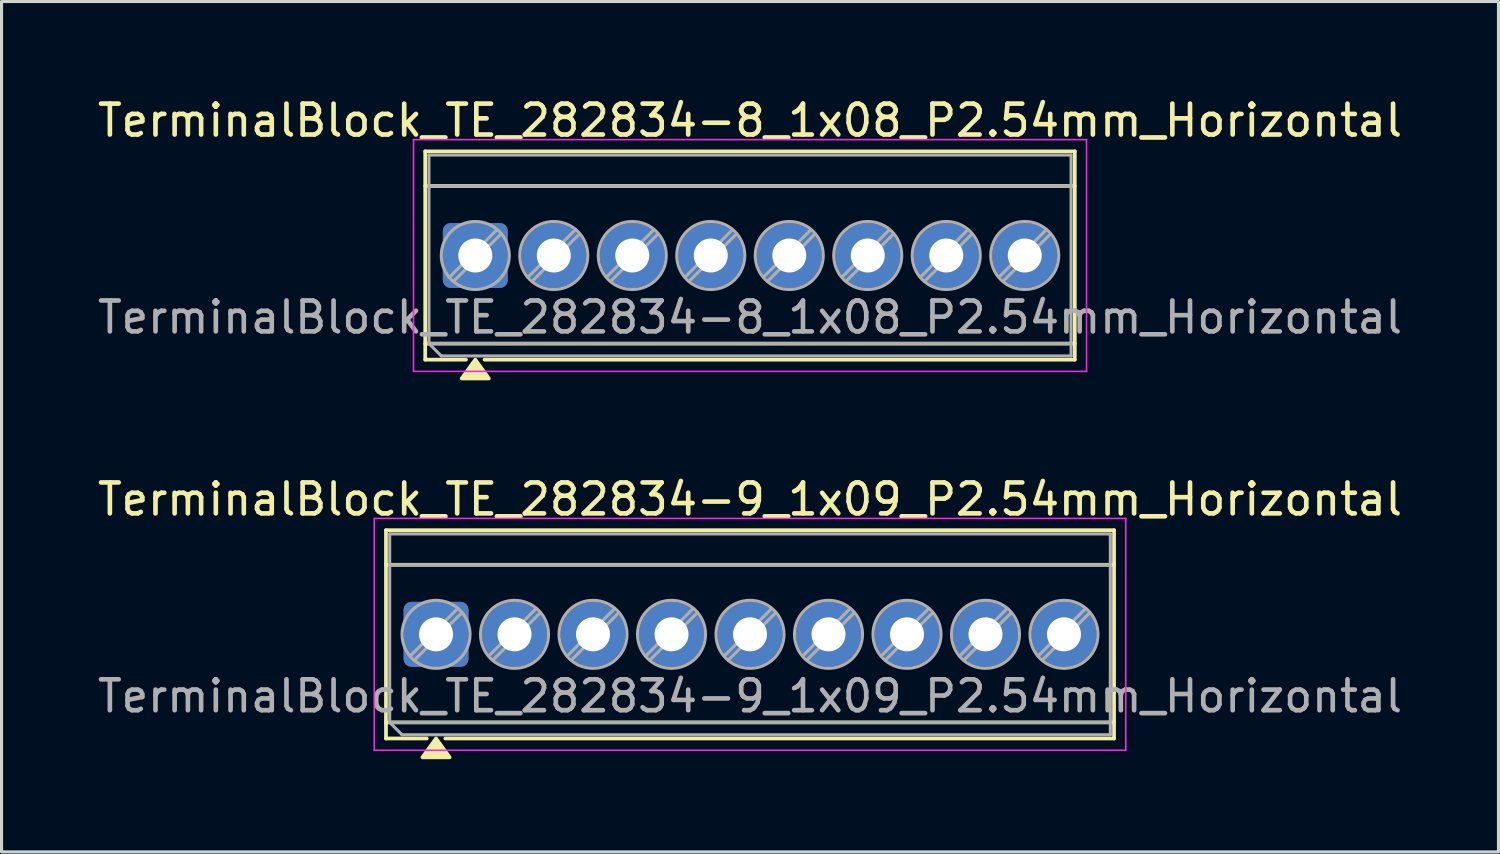
<source format=kicad_pcb>
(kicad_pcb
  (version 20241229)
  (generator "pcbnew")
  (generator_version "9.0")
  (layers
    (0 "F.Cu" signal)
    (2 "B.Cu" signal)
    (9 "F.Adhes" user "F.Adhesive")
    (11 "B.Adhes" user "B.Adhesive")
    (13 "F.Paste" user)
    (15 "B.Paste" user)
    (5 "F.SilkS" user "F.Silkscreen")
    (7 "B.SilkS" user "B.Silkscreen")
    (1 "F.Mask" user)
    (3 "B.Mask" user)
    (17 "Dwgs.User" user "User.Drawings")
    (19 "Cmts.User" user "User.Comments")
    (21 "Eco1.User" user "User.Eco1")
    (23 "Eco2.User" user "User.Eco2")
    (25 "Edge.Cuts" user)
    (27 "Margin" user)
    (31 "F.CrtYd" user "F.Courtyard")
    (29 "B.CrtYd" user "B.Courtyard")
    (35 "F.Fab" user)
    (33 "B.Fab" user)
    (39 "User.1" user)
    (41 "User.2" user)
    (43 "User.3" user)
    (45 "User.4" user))
  (footprint "TerminalBlock_TE_282834-9_1x09_P2.54mm_Horizontal"
    (layer "F.Cu")
    (at 11.06 17.477)
    (property "Reference" "TerminalBlock_TE_282834-9_1x09_P2.54mm_Horizontal" (at 10.16 -4.37 0) (layer "F.SilkS") (effects (font (size 1 1) (thickness 0.15))))
    (attr through_hole)
    (fp_line (start -1.62 -3.37) (end -1.62 3.37) (stroke (width 0.12) (type solid)) (layer "F.SilkS"))
    (fp_line (start -1.62 -3.37) (end 21.94 -3.37) (stroke (width 0.12) (type solid)) (layer "F.SilkS"))
    (fp_line (start -1.62 -2.25) (end 21.94 -2.25) (stroke (width 0.12) (type solid)) (layer "F.SilkS"))
    (fp_line (start -1.62 2.85) (end 21.94 2.85) (stroke (width 0.12) (type solid)) (layer "F.SilkS"))
    (fp_line (start -1.62 3.37) (end -0.3 3.37) (stroke (width 0.12) (type solid)) (layer "F.SilkS"))
    (fp_line (start 0.3 3.37) (end 21.94 3.37) (stroke (width 0.12) (type solid)) (layer "F.SilkS"))
    (fp_line (start 21.94 -3.37) (end 21.94 3.37) (stroke (width 0.12) (type solid)) (layer "F.SilkS"))
    (fp_poly (pts (xy 0 3.37) (xy 0.44 3.98) (xy -0.44 3.98)) (stroke (width 0.12) (type solid)) (fill yes) (layer "F.SilkS"))
    (fp_line (start -2 -3.75) (end -2 3.75) (stroke (width 0.05) (type solid)) (layer "F.CrtYd"))
    (fp_line (start -2 3.75) (end 22.32 3.75) (stroke (width 0.05) (type solid)) (layer "F.CrtYd"))
    (fp_line (start 22.32 -3.75) (end -2 -3.75) (stroke (width 0.05) (type solid)) (layer "F.CrtYd"))
    (fp_line (start 22.32 3.75) (end 22.32 -3.75) (stroke (width 0.05) (type solid)) (layer "F.CrtYd"))
    (fp_line (start -1.5 -3.25) (end 21.82 -3.25) (stroke (width 0.1) (type solid)) (layer "F.Fab"))
    (fp_line (start -1.5 -2.25) (end 21.82 -2.25) (stroke (width 0.1) (type solid)) (layer "F.Fab"))
    (fp_line (start -1.5 2.85) (end -1.5 -3.25) (stroke (width 0.1) (type solid)) (layer "F.Fab"))
    (fp_line (start -1.5 2.85) (end 21.82 2.85) (stroke (width 0.1) (type solid)) (layer "F.Fab"))
    (fp_line (start -1.1 3.25) (end -1.5 2.85) (stroke (width 0.1) (type solid)) (layer "F.Fab"))
    (fp_line (start 0.7 -0.834) (end -0.834 0.7) (stroke (width 0.1) (type solid)) (layer "F.Fab"))
    (fp_line (start 0.834 -0.7) (end -0.7 0.834) (stroke (width 0.1) (type solid)) (layer "F.Fab"))
    (fp_line (start 3.24 -0.834) (end 1.706 0.7) (stroke (width 0.1) (type solid)) (layer "F.Fab"))
    (fp_line (start 3.374 -0.7) (end 1.84 0.834) (stroke (width 0.1) (type solid)) (layer "F.Fab"))
    (fp_line (start 5.78 -0.834) (end 4.246 0.7) (stroke (width 0.1) (type solid)) (layer "F.Fab"))
    (fp_line (start 5.914 -0.7) (end 4.38 0.834) (stroke (width 0.1) (type solid)) (layer "F.Fab"))
    (fp_line (start 8.32 -0.834) (end 6.786 0.7) (stroke (width 0.1) (type solid)) (layer "F.Fab"))
    (fp_line (start 8.454 -0.7) (end 6.92 0.834) (stroke (width 0.1) (type solid)) (layer "F.Fab"))
    (fp_line (start 10.86 -0.834) (end 9.326 0.7) (stroke (width 0.1) (type solid)) (layer "F.Fab"))
    (fp_line (start 10.994 -0.7) (end 9.46 0.834) (stroke (width 0.1) (type solid)) (layer "F.Fab"))
    (fp_line (start 13.4 -0.834) (end 11.866 0.7) (stroke (width 0.1) (type solid)) (layer "F.Fab"))
    (fp_line (start 13.534 -0.7) (end 12 0.834) (stroke (width 0.1) (type solid)) (layer "F.Fab"))
    (fp_line (start 15.94 -0.834) (end 14.406 0.7) (stroke (width 0.1) (type solid)) (layer "F.Fab"))
    (fp_line (start 16.074 -0.7) (end 14.54 0.834) (stroke (width 0.1) (type solid)) (layer "F.Fab"))
    (fp_line (start 18.48 -0.834) (end 16.946 0.7) (stroke (width 0.1) (type solid)) (layer "F.Fab"))
    (fp_line (start 18.614 -0.7) (end 17.08 0.834) (stroke (width 0.1) (type solid)) (layer "F.Fab"))
    (fp_line (start 21.02 -0.834) (end 19.486 0.7) (stroke (width 0.1) (type solid)) (layer "F.Fab"))
    (fp_line (start 21.154 -0.7) (end 19.62 0.834) (stroke (width 0.1) (type solid)) (layer "F.Fab"))
    (fp_line (start 21.82 -3.25) (end 21.82 3.25) (stroke (width 0.1) (type solid)) (layer "F.Fab"))
    (fp_line (start 21.82 3.25) (end -1.1 3.25) (stroke (width 0.1) (type solid)) (layer "F.Fab"))
    (fp_circle (center 0 0) (end 1.1 0) (stroke (width 0.1) (type solid)) (fill no) (layer "F.Fab"))
    (fp_circle (center 2.54 0) (end 3.64 0) (stroke (width 0.1) (type solid)) (fill no) (layer "F.Fab"))
    (fp_circle (center 5.08 0) (end 6.18 0) (stroke (width 0.1) (type solid)) (fill no) (layer "F.Fab"))
    (fp_circle (center 7.62 0) (end 8.72 0) (stroke (width 0.1) (type solid)) (fill no) (layer "F.Fab"))
    (fp_circle (center 10.16 0) (end 11.26 0) (stroke (width 0.1) (type solid)) (fill no) (layer "F.Fab"))
    (fp_circle (center 12.7 0) (end 13.8 0) (stroke (width 0.1) (type solid)) (fill no) (layer "F.Fab"))
    (fp_circle (center 15.24 0) (end 16.34 0) (stroke (width 0.1) (type solid)) (fill no) (layer "F.Fab"))
    (fp_circle (center 17.78 0) (end 18.88 0) (stroke (width 0.1) (type solid)) (fill no) (layer "F.Fab"))
    (fp_circle (center 20.32 0) (end 21.42 0) (stroke (width 0.1) (type solid)) (fill no) (layer "F.Fab"))
    (fp_text user "${REFERENCE}" (at 10.16 2 0) (layer "F.Fab") (effects (font (size 1 1) (thickness 0.15))))
    (pad "1" thru_hole roundrect (at 0 0) (size 2.1 2.1) (drill 1.1) (layers "*.Cu" "*.Mask") (roundrect_rratio 0.119))
    (pad "2" thru_hole circle (at 2.54 0) (size 2.1 2.1) (drill 1.1) (layers "*.Cu" "*.Mask"))
    (pad "3" thru_hole circle (at 5.08 0) (size 2.1 2.1) (drill 1.1) (layers "*.Cu" "*.Mask"))
    (pad "4" thru_hole circle (at 7.62 0) (size 2.1 2.1) (drill 1.1) (layers "*.Cu" "*.Mask"))
    (pad "5" thru_hole circle (at 10.16 0) (size 2.1 2.1) (drill 1.1) (layers "*.Cu" "*.Mask"))
    (pad "6" thru_hole circle (at 12.7 0) (size 2.1 2.1) (drill 1.1) (layers "*.Cu" "*.Mask"))
    (pad "7" thru_hole circle (at 15.24 0) (size 2.1 2.1) (drill 1.1) (layers "*.Cu" "*.Mask"))
    (pad "8" thru_hole circle (at 17.78 0) (size 2.1 2.1) (drill 1.1) (layers "*.Cu" "*.Mask"))
    (pad "9" thru_hole circle (at 20.32 0) (size 2.1 2.1) (drill 1.1) (layers "*.Cu" "*.Mask")))
  (footprint "TerminalBlock_TE_282834-8_1x08_P2.54mm_Horizontal"
    (layer "F.Cu")
    (at 12.33 5.218)
    (property "Reference" "TerminalBlock_TE_282834-8_1x08_P2.54mm_Horizontal" (at 8.89 -4.37 0) (layer "F.SilkS") (effects (font (size 1 1) (thickness 0.15))))
    (attr through_hole)
    (fp_line (start -1.62 -3.37) (end -1.62 3.37) (stroke (width 0.12) (type solid)) (layer "F.SilkS"))
    (fp_line (start -1.62 -3.37) (end 19.4 -3.37) (stroke (width 0.12) (type solid)) (layer "F.SilkS"))
    (fp_line (start -1.62 -2.25) (end 19.4 -2.25) (stroke (width 0.12) (type solid)) (layer "F.SilkS"))
    (fp_line (start -1.62 2.85) (end 19.4 2.85) (stroke (width 0.12) (type solid)) (layer "F.SilkS"))
    (fp_line (start -1.62 3.37) (end -0.3 3.37) (stroke (width 0.12) (type solid)) (layer "F.SilkS"))
    (fp_line (start 0.3 3.37) (end 19.4 3.37) (stroke (width 0.12) (type solid)) (layer "F.SilkS"))
    (fp_line (start 19.4 -3.37) (end 19.4 3.37) (stroke (width 0.12) (type solid)) (layer "F.SilkS"))
    (fp_poly (pts (xy 0 3.37) (xy 0.44 3.98) (xy -0.44 3.98)) (stroke (width 0.12) (type solid)) (fill yes) (layer "F.SilkS"))
    (fp_line (start -2 -3.75) (end -2 3.75) (stroke (width 0.05) (type solid)) (layer "F.CrtYd"))
    (fp_line (start -2 3.75) (end 19.78 3.75) (stroke (width 0.05) (type solid)) (layer "F.CrtYd"))
    (fp_line (start 19.78 -3.75) (end -2 -3.75) (stroke (width 0.05) (type solid)) (layer "F.CrtYd"))
    (fp_line (start 19.78 3.75) (end 19.78 -3.75) (stroke (width 0.05) (type solid)) (layer "F.CrtYd"))
    (fp_line (start -1.5 -3.25) (end 19.28 -3.25) (stroke (width 0.1) (type solid)) (layer "F.Fab"))
    (fp_line (start -1.5 -2.25) (end 19.28 -2.25) (stroke (width 0.1) (type solid)) (layer "F.Fab"))
    (fp_line (start -1.5 2.85) (end -1.5 -3.25) (stroke (width 0.1) (type solid)) (layer "F.Fab"))
    (fp_line (start -1.5 2.85) (end 19.28 2.85) (stroke (width 0.1) (type solid)) (layer "F.Fab"))
    (fp_line (start -1.1 3.25) (end -1.5 2.85) (stroke (width 0.1) (type solid)) (layer "F.Fab"))
    (fp_line (start 0.7 -0.834) (end -0.834 0.7) (stroke (width 0.1) (type solid)) (layer "F.Fab"))
    (fp_line (start 0.834 -0.7) (end -0.7 0.834) (stroke (width 0.1) (type solid)) (layer "F.Fab"))
    (fp_line (start 3.24 -0.834) (end 1.706 0.7) (stroke (width 0.1) (type solid)) (layer "F.Fab"))
    (fp_line (start 3.374 -0.7) (end 1.84 0.834) (stroke (width 0.1) (type solid)) (layer "F.Fab"))
    (fp_line (start 5.78 -0.834) (end 4.246 0.7) (stroke (width 0.1) (type solid)) (layer "F.Fab"))
    (fp_line (start 5.914 -0.7) (end 4.38 0.834) (stroke (width 0.1) (type solid)) (layer "F.Fab"))
    (fp_line (start 8.32 -0.834) (end 6.786 0.7) (stroke (width 0.1) (type solid)) (layer "F.Fab"))
    (fp_line (start 8.454 -0.7) (end 6.92 0.834) (stroke (width 0.1) (type solid)) (layer "F.Fab"))
    (fp_line (start 10.86 -0.834) (end 9.326 0.7) (stroke (width 0.1) (type solid)) (layer "F.Fab"))
    (fp_line (start 10.994 -0.7) (end 9.46 0.834) (stroke (width 0.1) (type solid)) (layer "F.Fab"))
    (fp_line (start 13.4 -0.834) (end 11.866 0.7) (stroke (width 0.1) (type solid)) (layer "F.Fab"))
    (fp_line (start 13.534 -0.7) (end 12 0.834) (stroke (width 0.1) (type solid)) (layer "F.Fab"))
    (fp_line (start 15.94 -0.834) (end 14.406 0.7) (stroke (width 0.1) (type solid)) (layer "F.Fab"))
    (fp_line (start 16.074 -0.7) (end 14.54 0.834) (stroke (width 0.1) (type solid)) (layer "F.Fab"))
    (fp_line (start 18.48 -0.834) (end 16.946 0.7) (stroke (width 0.1) (type solid)) (layer "F.Fab"))
    (fp_line (start 18.614 -0.7) (end 17.08 0.834) (stroke (width 0.1) (type solid)) (layer "F.Fab"))
    (fp_line (start 19.28 -3.25) (end 19.28 3.25) (stroke (width 0.1) (type solid)) (layer "F.Fab"))
    (fp_line (start 19.28 3.25) (end -1.1 3.25) (stroke (width 0.1) (type solid)) (layer "F.Fab"))
    (fp_circle (center 0 0) (end 1.1 0) (stroke (width 0.1) (type solid)) (fill no) (layer "F.Fab"))
    (fp_circle (center 2.54 0) (end 3.64 0) (stroke (width 0.1) (type solid)) (fill no) (layer "F.Fab"))
    (fp_circle (center 5.08 0) (end 6.18 0) (stroke (width 0.1) (type solid)) (fill no) (layer "F.Fab"))
    (fp_circle (center 7.62 0) (end 8.72 0) (stroke (width 0.1) (type solid)) (fill no) (layer "F.Fab"))
    (fp_circle (center 10.16 0) (end 11.26 0) (stroke (width 0.1) (type solid)) (fill no) (layer "F.Fab"))
    (fp_circle (center 12.7 0) (end 13.8 0) (stroke (width 0.1) (type solid)) (fill no) (layer "F.Fab"))
    (fp_circle (center 15.24 0) (end 16.34 0) (stroke (width 0.1) (type solid)) (fill no) (layer "F.Fab"))
    (fp_circle (center 17.78 0) (end 18.88 0) (stroke (width 0.1) (type solid)) (fill no) (layer "F.Fab"))
    (fp_text user "${REFERENCE}" (at 8.89 2 0) (layer "F.Fab") (effects (font (size 1 1) (thickness 0.15))))
    (pad "1" thru_hole roundrect (at 0 0) (size 2.1 2.1) (drill 1.1) (layers "*.Cu" "*.Mask") (roundrect_rratio 0.119))
    (pad "2" thru_hole circle (at 2.54 0) (size 2.1 2.1) (drill 1.1) (layers "*.Cu" "*.Mask"))
    (pad "3" thru_hole circle (at 5.08 0) (size 2.1 2.1) (drill 1.1) (layers "*.Cu" "*.Mask"))
    (pad "4" thru_hole circle (at 7.62 0) (size 2.1 2.1) (drill 1.1) (layers "*.Cu" "*.Mask"))
    (pad "5" thru_hole circle (at 10.16 0) (size 2.1 2.1) (drill 1.1) (layers "*.Cu" "*.Mask"))
    (pad "6" thru_hole circle (at 12.7 0) (size 2.1 2.1) (drill 1.1) (layers "*.Cu" "*.Mask"))
    (pad "7" thru_hole circle (at 15.24 0) (size 2.1 2.1) (drill 1.1) (layers "*.Cu" "*.Mask"))
    (pad "8" thru_hole circle (at 17.78 0) (size 2.1 2.1) (drill 1.1) (layers "*.Cu" "*.Mask")))
  (gr_rect
    (start -3 -3)
    (end 45.44 24.517)
    (stroke (width 0.1) (type default))
    (fill no)
    (layer "Edge.Cuts")))
</source>
